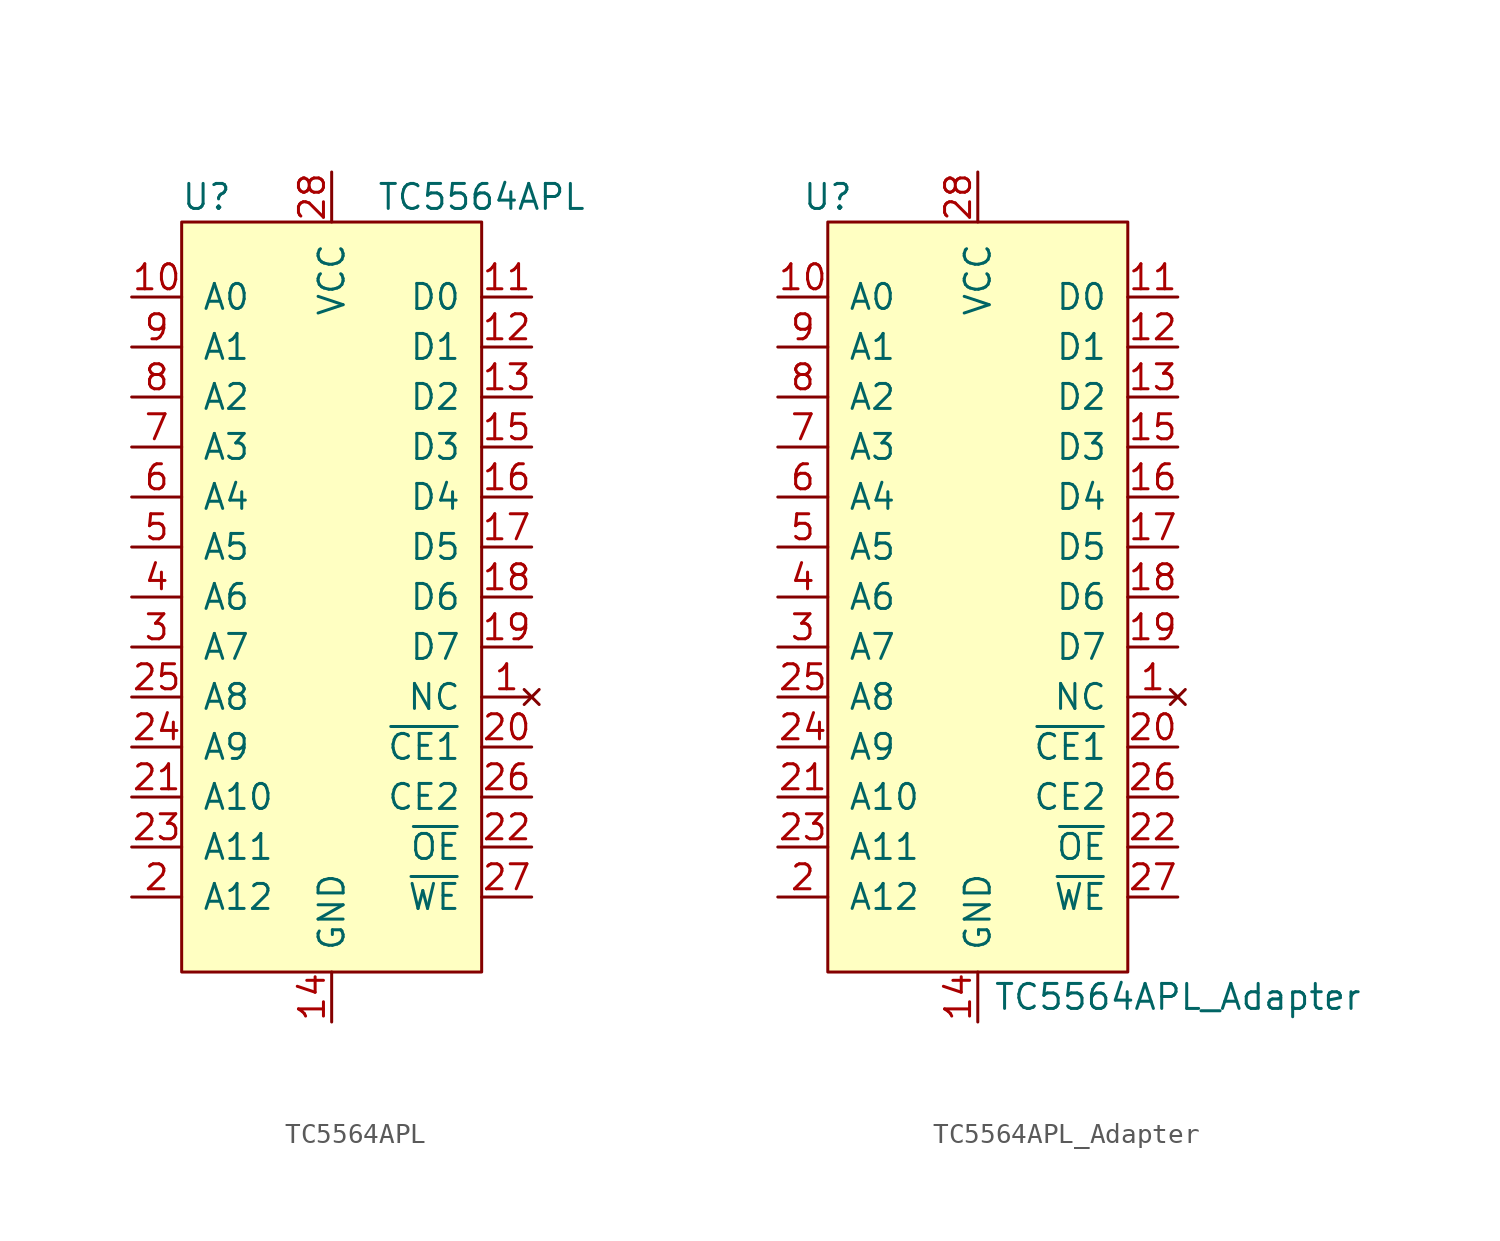
<source format=kicad_sym>
(kicad_symbol_lib
  (version 20211014)
  (generator kicad_symbol_editor)
  (symbol "TC5564APL"
    (pin_names
      (offset 1.016))
    (property "Reference" "U"
      (at -6.35 20.32 0)
      (effects (font (size 1.27 1.27))))
    (property "Value" "TC5564APL"
      (at 7.62 20.32 0)
      (effects (font (size 1.27 1.27))))
    (symbol "TC5564APL_0_1"
      (rectangle (start -7.62 19.05) (end 7.62 -19.05) (stroke (width 0) (type default) (color 0 0 0 0)) (fill (type background))))
    (symbol "TC5564APL_1_1"
      (pin no_connect line (at 10.16 -5.08 180) (length 2.54) (name "NC" (effects (font (size 1.27 1.27)))) (number "1" (effects (font (size 1.27 1.27)))))
      (pin input line (at -10.16 15.24 0) (length 2.54) (name "A0" (effects (font (size 1.27 1.27)))) (number "10" (effects (font (size 1.27 1.27)))))
      (pin tri_state line (at 10.16 15.24 180) (length 2.54) (name "D0" (effects (font (size 1.27 1.27)))) (number "11" (effects (font (size 1.27 1.27)))))
      (pin tri_state line (at 10.16 12.7 180) (length 2.54) (name "D1" (effects (font (size 1.27 1.27)))) (number "12" (effects (font (size 1.27 1.27)))))
      (pin tri_state line (at 10.16 10.16 180) (length 2.54) (name "D2" (effects (font (size 1.27 1.27)))) (number "13" (effects (font (size 1.27 1.27)))))
      (pin power_in line (at 0 -21.59 90) (length 2.54) (name "GND" (effects (font (size 1.27 1.27)))) (number "14" (effects (font (size 1.27 1.27)))))
      (pin tri_state line (at 10.16 7.62 180) (length 2.54) (name "D3" (effects (font (size 1.27 1.27)))) (number "15" (effects (font (size 1.27 1.27)))))
      (pin tri_state line (at 10.16 5.08 180) (length 2.54) (name "D4" (effects (font (size 1.27 1.27)))) (number "16" (effects (font (size 1.27 1.27)))))
      (pin tri_state line (at 10.16 2.54 180) (length 2.54) (name "D5" (effects (font (size 1.27 1.27)))) (number "17" (effects (font (size 1.27 1.27)))))
      (pin tri_state line (at 10.16 0 180) (length 2.54) (name "D6" (effects (font (size 1.27 1.27)))) (number "18" (effects (font (size 1.27 1.27)))))
      (pin tri_state line (at 10.16 -2.54 180) (length 2.54) (name "D7" (effects (font (size 1.27 1.27)))) (number "19" (effects (font (size 1.27 1.27)))))
      (pin input line (at -10.16 -15.24 0) (length 2.54) (name "A12" (effects (font (size 1.27 1.27)))) (number "2" (effects (font (size 1.27 1.27)))))
      (pin input line (at 10.16 -7.62 180) (length 2.54) (name "~{CE1}" (effects (font (size 1.27 1.27)))) (number "20" (effects (font (size 1.27 1.27)))))
      (pin input line (at -10.16 -10.16 0) (length 2.54) (name "A10" (effects (font (size 1.27 1.27)))) (number "21" (effects (font (size 1.27 1.27)))))
      (pin input line (at 10.16 -12.7 180) (length 2.54) (name "~{OE}" (effects (font (size 1.27 1.27)))) (number "22" (effects (font (size 1.27 1.27)))))
      (pin input line (at -10.16 -12.7 0) (length 2.54) (name "A11" (effects (font (size 1.27 1.27)))) (number "23" (effects (font (size 1.27 1.27)))))
      (pin input line (at -10.16 -7.62 0) (length 2.54) (name "A9" (effects (font (size 1.27 1.27)))) (number "24" (effects (font (size 1.27 1.27)))))
      (pin input line (at -10.16 -5.08 0) (length 2.54) (name "A8" (effects (font (size 1.27 1.27)))) (number "25" (effects (font (size 1.27 1.27)))))
      (pin input line (at 10.16 -10.16 180) (length 2.54) (name "CE2" (effects (font (size 1.27 1.27)))) (number "26" (effects (font (size 1.27 1.27)))))
      (pin input line (at 10.16 -15.24 180) (length 2.54) (name "~{WE}" (effects (font (size 1.27 1.27)))) (number "27" (effects (font (size 1.27 1.27)))))
      (pin power_in line (at 0 21.59 270) (length 2.54) (name "VCC" (effects (font (size 1.27 1.27)))) (number "28" (effects (font (size 1.27 1.27)))))
      (pin input line (at -10.16 -2.54 0) (length 2.54) (name "A7" (effects (font (size 1.27 1.27)))) (number "3" (effects (font (size 1.27 1.27)))))
      (pin input line (at -10.16 0 0) (length 2.54) (name "A6" (effects (font (size 1.27 1.27)))) (number "4" (effects (font (size 1.27 1.27)))))
      (pin input line (at -10.16 2.54 0) (length 2.54) (name "A5" (effects (font (size 1.27 1.27)))) (number "5" (effects (font (size 1.27 1.27)))))
      (pin input line (at -10.16 5.08 0) (length 2.54) (name "A4" (effects (font (size 1.27 1.27)))) (number "6" (effects (font (size 1.27 1.27)))))
      (pin input line (at -10.16 7.62 0) (length 2.54) (name "A3" (effects (font (size 1.27 1.27)))) (number "7" (effects (font (size 1.27 1.27)))))
      (pin input line (at -10.16 10.16 0) (length 2.54) (name "A2" (effects (font (size 1.27 1.27)))) (number "8" (effects (font (size 1.27 1.27)))))
      (pin input line (at -10.16 12.7 0) (length 2.54) (name "A1" (effects (font (size 1.27 1.27)))) (number "9" (effects (font (size 1.27 1.27)))))))
  (symbol "TC5564APL_Adapter"
    (pin_names
      (offset 1.016))
    (property "Reference" "U"
      (at -7.62 20.32 0)
      (effects (font (size 1.27 1.27))))
    (property "Value" "TC5564APL_Adapter"
      (at 10.16 -20.32 0)
      (effects (font (size 1.27 1.27))))
    (symbol "TC5564APL_Adapter_0_1"
      (rectangle (start -7.62 19.05) (end 7.62 -19.05) (stroke (width 0) (type default) (color 0 0 0 0)) (fill (type background))))
    (symbol "TC5564APL_Adapter_1_1"
      (pin no_connect line (at 10.16 -5.08 180) (length 2.54) (name "NC" (effects (font (size 1.27 1.27)))) (number "1" (effects (font (size 1.27 1.27)))))
      (pin output line (at -10.16 15.24 0) (length 2.54) (name "A0" (effects (font (size 1.27 1.27)))) (number "10" (effects (font (size 1.27 1.27)))))
      (pin tri_state line (at 10.16 15.24 180) (length 2.54) (name "D0" (effects (font (size 1.27 1.27)))) (number "11" (effects (font (size 1.27 1.27)))))
      (pin tri_state line (at 10.16 12.7 180) (length 2.54) (name "D1" (effects (font (size 1.27 1.27)))) (number "12" (effects (font (size 1.27 1.27)))))
      (pin tri_state line (at 10.16 10.16 180) (length 2.54) (name "D2" (effects (font (size 1.27 1.27)))) (number "13" (effects (font (size 1.27 1.27)))))
      (pin power_out line (at 0 -21.59 90) (length 2.54) (name "GND" (effects (font (size 1.27 1.27)))) (number "14" (effects (font (size 1.27 1.27)))))
      (pin tri_state line (at 10.16 7.62 180) (length 2.54) (name "D3" (effects (font (size 1.27 1.27)))) (number "15" (effects (font (size 1.27 1.27)))))
      (pin tri_state line (at 10.16 5.08 180) (length 2.54) (name "D4" (effects (font (size 1.27 1.27)))) (number "16" (effects (font (size 1.27 1.27)))))
      (pin tri_state line (at 10.16 2.54 180) (length 2.54) (name "D5" (effects (font (size 1.27 1.27)))) (number "17" (effects (font (size 1.27 1.27)))))
      (pin tri_state line (at 10.16 0 180) (length 2.54) (name "D6" (effects (font (size 1.27 1.27)))) (number "18" (effects (font (size 1.27 1.27)))))
      (pin tri_state line (at 10.16 -2.54 180) (length 2.54) (name "D7" (effects (font (size 1.27 1.27)))) (number "19" (effects (font (size 1.27 1.27)))))
      (pin output line (at -10.16 -15.24 0) (length 2.54) (name "A12" (effects (font (size 1.27 1.27)))) (number "2" (effects (font (size 1.27 1.27)))))
      (pin output line (at 10.16 -7.62 180) (length 2.54) (name "~{CE1}" (effects (font (size 1.27 1.27)))) (number "20" (effects (font (size 1.27 1.27)))))
      (pin output line (at -10.16 -10.16 0) (length 2.54) (name "A10" (effects (font (size 1.27 1.27)))) (number "21" (effects (font (size 1.27 1.27)))))
      (pin output line (at 10.16 -12.7 180) (length 2.54) (name "~{OE}" (effects (font (size 1.27 1.27)))) (number "22" (effects (font (size 1.27 1.27)))))
      (pin output line (at -10.16 -12.7 0) (length 2.54) (name "A11" (effects (font (size 1.27 1.27)))) (number "23" (effects (font (size 1.27 1.27)))))
      (pin output line (at -10.16 -7.62 0) (length 2.54) (name "A9" (effects (font (size 1.27 1.27)))) (number "24" (effects (font (size 1.27 1.27)))))
      (pin output line (at -10.16 -5.08 0) (length 2.54) (name "A8" (effects (font (size 1.27 1.27)))) (number "25" (effects (font (size 1.27 1.27)))))
      (pin output line (at 10.16 -10.16 180) (length 2.54) (name "CE2" (effects (font (size 1.27 1.27)))) (number "26" (effects (font (size 1.27 1.27)))))
      (pin output line (at 10.16 -15.24 180) (length 2.54) (name "~{WE}" (effects (font (size 1.27 1.27)))) (number "27" (effects (font (size 1.27 1.27)))))
      (pin power_out line (at 0 21.59 270) (length 2.54) (name "VCC" (effects (font (size 1.27 1.27)))) (number "28" (effects (font (size 1.27 1.27)))))
      (pin output line (at -10.16 -2.54 0) (length 2.54) (name "A7" (effects (font (size 1.27 1.27)))) (number "3" (effects (font (size 1.27 1.27)))))
      (pin output line (at -10.16 0 0) (length 2.54) (name "A6" (effects (font (size 1.27 1.27)))) (number "4" (effects (font (size 1.27 1.27)))))
      (pin output line (at -10.16 2.54 0) (length 2.54) (name "A5" (effects (font (size 1.27 1.27)))) (number "5" (effects (font (size 1.27 1.27)))))
      (pin output line (at -10.16 5.08 0) (length 2.54) (name "A4" (effects (font (size 1.27 1.27)))) (number "6" (effects (font (size 1.27 1.27)))))
      (pin output line (at -10.16 7.62 0) (length 2.54) (name "A3" (effects (font (size 1.27 1.27)))) (number "7" (effects (font (size 1.27 1.27)))))
      (pin output line (at -10.16 10.16 0) (length 2.54) (name "A2" (effects (font (size 1.27 1.27)))) (number "8" (effects (font (size 1.27 1.27)))))
      (pin output line (at -10.16 12.7 0) (length 2.54) (name "A1" (effects (font (size 1.27 1.27)))) (number "9" (effects (font (size 1.27 1.27))))))))
</source>
